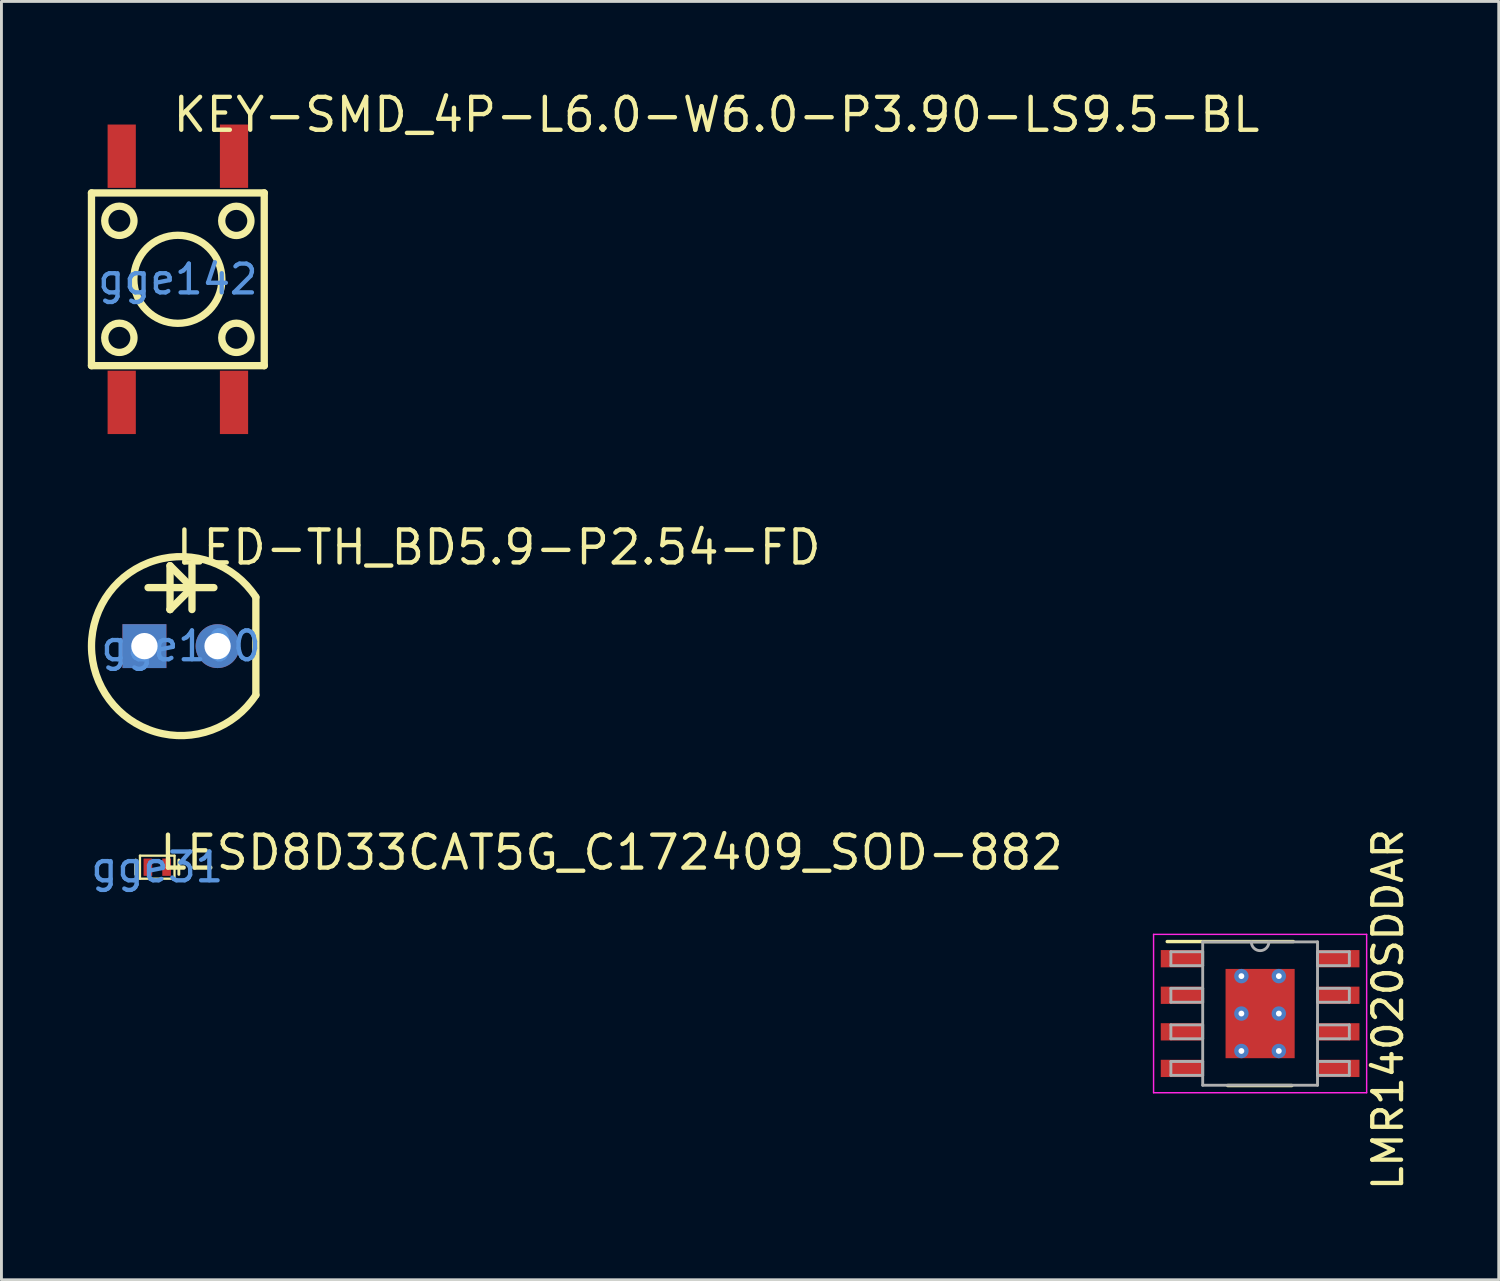
<source format=kicad_pcb>
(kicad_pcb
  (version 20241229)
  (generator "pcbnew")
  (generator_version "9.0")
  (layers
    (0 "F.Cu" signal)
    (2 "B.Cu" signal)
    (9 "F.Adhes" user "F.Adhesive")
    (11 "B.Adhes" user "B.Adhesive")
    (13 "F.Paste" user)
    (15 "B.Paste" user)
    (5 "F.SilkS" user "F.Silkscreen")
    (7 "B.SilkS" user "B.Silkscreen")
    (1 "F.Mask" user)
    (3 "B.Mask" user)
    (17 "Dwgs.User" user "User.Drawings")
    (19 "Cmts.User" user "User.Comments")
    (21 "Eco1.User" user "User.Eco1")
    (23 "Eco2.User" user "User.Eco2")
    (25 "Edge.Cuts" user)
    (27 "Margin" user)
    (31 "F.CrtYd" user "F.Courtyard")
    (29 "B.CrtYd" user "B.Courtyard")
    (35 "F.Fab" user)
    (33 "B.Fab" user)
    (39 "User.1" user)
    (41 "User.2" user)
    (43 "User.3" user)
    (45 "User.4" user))
  (footprint "LED-TH_BD5.9-P2.54-FD"
    (layer "F.Cu")
    (at 3.236 19.39)
    (property "Reference" "LED-TH_BD5.9-P2.54-FD" (at -0.254 -3.429 0) (layer "F.SilkS") (effects (font (size 1.143 1.143) (thickness 0.152)) (justify left)))
    (attr through_hole)
    (fp_line (start -1.143 -2.032) (end 1.143 -2.032) (stroke (width 0.254) (type solid)) (layer "F.SilkS"))
    (fp_line (start -0.381 -2.794) (end -0.381 -1.27) (stroke (width 0.254) (type solid)) (layer "F.SilkS"))
    (fp_line (start -0.381 -1.27) (end -0.379 -1.27) (stroke (width 0.254) (type solid)) (layer "F.SilkS"))
    (fp_line (start -0.379 -1.27) (end 0.383 -2.032) (stroke (width 0.254) (type solid)) (layer "F.SilkS"))
    (fp_line (start 0.381 -2.794) (end 0.381 -1.27) (stroke (width 0.254) (type solid)) (layer "F.SilkS"))
    (fp_line (start 0.381 -2.032) (end -0.381 -2.794) (stroke (width 0.254) (type solid)) (layer "F.SilkS"))
    (fp_line (start 0.387 -2.032) (end 0.381 -2.032) (stroke (width 0.254) (type solid)) (layer "F.SilkS"))
    (fp_line (start 2.6 -1.7) (end 2.6 1.7) (stroke (width 0.254) (type solid)) (layer "F.SilkS"))
    (fp_arc (start 2.601 1.699) (mid -3.108572 0.000493) (end 2.60046 -1.699826) (stroke (width 0.254) (type solid)) (layer "F.SilkS"))
    (fp_text user "gge100" (at 0 0 0) (layer "Cmts.User") (effects (font (size 1 1) (thickness 0.15))))
    (pad "1" thru_hole rect (at -1.27 0) (size 1.524 1.524) (drill 0.914) (layers "*.Cu" "*.Paste" "*.Mask"))
    (pad "2" thru_hole circle (at 1.27 0) (size 1.524 1.524) (drill 0.914) (layers "*.Cu" "*.Paste" "*.Mask")))
  (footprint "KEY-SMD_4P-L6.0-W6.0-P3.90-LS9.5-BL"
    (layer "F.Cu")
    (at 3.127 6.65)
    (property "Reference" "KEY-SMD_4P-L6.0-W6.0-P3.90-LS9.5-BL" (at -0.254 -5.715 0) (layer "F.SilkS") (effects (font (size 1.143 1.143) (thickness 0.152)) (justify left)))
    (attr smd)
    (fp_line (start -3 -3) (end 3 -3) (stroke (width 0.254) (type solid)) (layer "F.SilkS"))
    (fp_line (start -3 3) (end -3 -3) (stroke (width 0.254) (type solid)) (layer "F.SilkS"))
    (fp_line (start 3 -3) (end 3 3) (stroke (width 0.254) (type solid)) (layer "F.SilkS"))
    (fp_line (start 3 3) (end -3 3) (stroke (width 0.254) (type solid)) (layer "F.SilkS"))
    (fp_circle (center -2.032 -2.032) (end -1.524 -2.032) (stroke (width 0.254) (type solid)) (fill no) (layer "F.SilkS"))
    (fp_circle (center -2.032 2.032) (end -1.524 2.032) (stroke (width 0.254) (type solid)) (fill no) (layer "F.SilkS"))
    (fp_circle (center 0 0) (end 1.529 0) (stroke (width 0.254) (type solid)) (fill no) (layer "F.SilkS"))
    (fp_circle (center 2.03 -2.03) (end 2.538 -2.03) (stroke (width 0.254) (type solid)) (fill no) (layer "F.SilkS"))
    (fp_circle (center 2.032 2.032) (end 2.54 2.032) (stroke (width 0.254) (type solid)) (fill no) (layer "F.SilkS"))
    (fp_text user "gge142" (at 0 0 0) (layer "Cmts.User") (effects (font (size 1 1) (thickness 0.15))))
    (pad "1" smd rect (at -1.95 4.275) (size 0.98 2.2) (layers "F.Cu" "F.Mask" "F.Paste"))
    (pad "2" smd rect (at -1.95 -4.275) (size 0.98 2.2) (layers "F.Cu" "F.Mask" "F.Paste"))
    (pad "3" smd rect (at 1.95 4.275) (size 0.98 2.2) (layers "F.Cu" "F.Mask" "F.Paste"))
    (pad "4" smd rect (at 1.95 -4.275) (size 0.98 2.2) (layers "F.Cu" "F.Mask" "F.Paste")))
  (footprint "LMR14020SDDAR"
    (layer "F.Cu")
    (at 40.714 32.151)
    (property "Reference" "LMR14020SDDAR" (at 4.44 -0.14 270) (layer "F.SilkS") (effects (font (size 1 1) (thickness 0.15))))
    (attr through_hole)
    (fp_line (start -3.225 -2.5) (end 1.15 -2.5) (stroke (width 0.12) (type solid)) (layer "F.SilkS"))
    (fp_line (start -1.125 2.5) (end 1.1 2.5) (stroke (width 0.12) (type solid)) (layer "F.SilkS"))
    (fp_line (start -3.7 -2.75) (end 3.7 -2.75) (stroke (width 0.05) (type solid)) (layer "F.CrtYd"))
    (fp_line (start -3.7 2.75) (end -3.7 -2.75) (stroke (width 0.05) (type solid)) (layer "F.CrtYd"))
    (fp_line (start -3.7 2.75) (end 3.7 2.75) (stroke (width 0.05) (type solid)) (layer "F.CrtYd"))
    (fp_line (start 3.7 2.75) (end 3.7 -2.75) (stroke (width 0.05) (type solid)) (layer "F.CrtYd"))
    (fp_line (start -3.099 -2.146) (end -1.994 -2.146) (stroke (width 0.1) (type solid)) (layer "F.Fab"))
    (fp_line (start -3.099 -1.664) (end -3.099 -2.146) (stroke (width 0.1) (type solid)) (layer "F.Fab"))
    (fp_line (start -3.099 -1.664) (end -1.994 -1.664) (stroke (width 0.1) (type solid)) (layer "F.Fab"))
    (fp_line (start -3.099 -0.876) (end -1.994 -0.876) (stroke (width 0.1) (type solid)) (layer "F.Fab"))
    (fp_line (start -3.099 -0.394) (end -3.099 -0.876) (stroke (width 0.1) (type solid)) (layer "F.Fab"))
    (fp_line (start -3.099 -0.394) (end -1.994 -0.394) (stroke (width 0.1) (type solid)) (layer "F.Fab"))
    (fp_line (start -3.099 0.394) (end -1.994 0.394) (stroke (width 0.1) (type solid)) (layer "F.Fab"))
    (fp_line (start -3.099 0.876) (end -3.099 0.394) (stroke (width 0.1) (type solid)) (layer "F.Fab"))
    (fp_line (start -3.099 0.876) (end -1.994 0.876) (stroke (width 0.1) (type solid)) (layer "F.Fab"))
    (fp_line (start -3.099 1.664) (end -1.994 1.664) (stroke (width 0.1) (type solid)) (layer "F.Fab"))
    (fp_line (start -3.099 2.146) (end -3.099 1.664) (stroke (width 0.1) (type solid)) (layer "F.Fab"))
    (fp_line (start -3.099 2.146) (end -1.994 2.146) (stroke (width 0.1) (type solid)) (layer "F.Fab"))
    (fp_line (start -1.994 -2.489) (end 1.994 -2.489) (stroke (width 0.1) (type solid)) (layer "F.Fab"))
    (fp_line (start -1.994 -1.664) (end -1.994 -2.146) (stroke (width 0.1) (type solid)) (layer "F.Fab"))
    (fp_line (start -1.994 -0.394) (end -1.994 -0.876) (stroke (width 0.1) (type solid)) (layer "F.Fab"))
    (fp_line (start -1.994 0.876) (end -1.994 0.394) (stroke (width 0.1) (type solid)) (layer "F.Fab"))
    (fp_line (start -1.994 2.146) (end -1.994 1.664) (stroke (width 0.1) (type solid)) (layer "F.Fab"))
    (fp_line (start -1.994 2.489) (end -1.994 -2.489) (stroke (width 0.1) (type solid)) (layer "F.Fab"))
    (fp_line (start -1.994 2.489) (end 1.994 2.489) (stroke (width 0.1) (type solid)) (layer "F.Fab"))
    (fp_line (start 1.994 -2.146) (end 3.099 -2.146) (stroke (width 0.1) (type solid)) (layer "F.Fab"))
    (fp_line (start 1.994 -1.664) (end 1.994 -2.146) (stroke (width 0.1) (type solid)) (layer "F.Fab"))
    (fp_line (start 1.994 -1.664) (end 3.099 -1.664) (stroke (width 0.1) (type solid)) (layer "F.Fab"))
    (fp_line (start 1.994 -0.876) (end 3.099 -0.876) (stroke (width 0.1) (type solid)) (layer "F.Fab"))
    (fp_line (start 1.994 -0.394) (end 1.994 -0.876) (stroke (width 0.1) (type solid)) (layer "F.Fab"))
    (fp_line (start 1.994 -0.394) (end 3.099 -0.394) (stroke (width 0.1) (type solid)) (layer "F.Fab"))
    (fp_line (start 1.994 0.394) (end 3.099 0.394) (stroke (width 0.1) (type solid)) (layer "F.Fab"))
    (fp_line (start 1.994 0.876) (end 1.994 0.394) (stroke (width 0.1) (type solid)) (layer "F.Fab"))
    (fp_line (start 1.994 0.876) (end 3.099 0.876) (stroke (width 0.1) (type solid)) (layer "F.Fab"))
    (fp_line (start 1.994 1.664) (end 3.099 1.664) (stroke (width 0.1) (type solid)) (layer "F.Fab"))
    (fp_line (start 1.994 2.146) (end 1.994 1.664) (stroke (width 0.1) (type solid)) (layer "F.Fab"))
    (fp_line (start 1.994 2.146) (end 3.099 2.146) (stroke (width 0.1) (type solid)) (layer "F.Fab"))
    (fp_line (start 1.994 2.489) (end 1.994 -2.489) (stroke (width 0.1) (type solid)) (layer "F.Fab"))
    (fp_line (start 3.099 -1.664) (end 3.099 -2.146) (stroke (width 0.1) (type solid)) (layer "F.Fab"))
    (fp_line (start 3.099 -0.394) (end 3.099 -0.876) (stroke (width 0.1) (type solid)) (layer "F.Fab"))
    (fp_line (start 3.099 0.876) (end 3.099 0.394) (stroke (width 0.1) (type solid)) (layer "F.Fab"))
    (fp_line (start 3.099 2.146) (end 3.099 1.664) (stroke (width 0.1) (type solid)) (layer "F.Fab"))
    (fp_arc (start 0.3048 -2.4892) (mid 0 -2.1844) (end -0.3048 -2.4892) (stroke (width 0.1) (type solid)) (layer "F.Fab"))
    (pad "1" smd rect (at -2.725 -1.905 90) (size 0.6 1.45) (layers "F.Cu" "F.Mask" "F.Paste"))
    (pad "2" smd rect (at -2.725 -0.635 90) (size 0.6 1.45) (layers "F.Cu" "F.Mask" "F.Paste"))
    (pad "3" smd rect (at -2.725 0.635 90) (size 0.6 1.45) (layers "F.Cu" "F.Mask" "F.Paste"))
    (pad "4" smd rect (at -2.725 1.905 90) (size 0.6 1.45) (layers "F.Cu" "F.Mask" "F.Paste"))
    (pad "5" smd rect (at 2.725 1.905 90) (size 0.6 1.45) (layers "F.Cu" "F.Mask" "F.Paste"))
    (pad "6" smd rect (at 2.725 0.635 90) (size 0.6 1.45) (layers "F.Cu" "F.Mask" "F.Paste"))
    (pad "7" smd rect (at 2.725 -0.635 90) (size 0.6 1.45) (layers "F.Cu" "F.Mask" "F.Paste"))
    (pad "8" smd rect (at 2.725 -1.905 90) (size 0.6 1.45) (layers "F.Cu" "F.Mask" "F.Paste"))
    (pad "9" thru_hole circle (at -0.65 -1.3) (size 0.5 0.5) (drill 0.203) (layers "*.Cu" "*.Mask"))
    (pad "9" thru_hole circle (at -0.65 0) (size 0.5 0.5) (drill 0.203) (layers "*.Cu" "*.Mask"))
    (pad "9" thru_hole circle (at -0.65 1.3) (size 0.5 0.5) (drill 0.203) (layers "*.Cu" "*.Mask"))
    (pad "9" smd rect (at 0 0) (size 2.4 3.1) (layers "F.Cu" "F.Mask" "F.Paste"))
    (pad "9" thru_hole circle (at 0.65 -1.3) (size 0.5 0.5) (drill 0.203) (layers "*.Cu" "*.Mask"))
    (pad "9" thru_hole circle (at 0.65 0) (size 0.5 0.5) (drill 0.203) (layers "*.Cu" "*.Mask"))
    (pad "9" thru_hole circle (at 0.65 1.3) (size 0.5 0.5) (drill 0.203) (layers "*.Cu" "*.Mask")))
  (footprint "LESD8D33CAT5G_C172409_SOD-882"
    (layer "F.Cu")
    (at 2.411 27.068)
    (property "Reference" "LESD8D33CAT5G_C172409_SOD-882" (at 0 -0.508 0) (layer "F.SilkS") (effects (font (size 1.143 1.143) (thickness 0.152)) (justify left)))
    (attr smd)
    (fp_line (start -0.75 0.25) (end -0.75 -0.25) (stroke (width 0.1) (type solid)) (layer "F.SilkS"))
    (fp_line (start -0.6 -0.4) (end 0.6 -0.4) (stroke (width 0.08) (type solid)) (layer "F.SilkS"))
    (fp_line (start -0.6 0.4) (end -0.6 -0.4) (stroke (width 0.08) (type solid)) (layer "F.SilkS"))
    (fp_line (start 0.6 -0.4) (end 0.6 0.4) (stroke (width 0.08) (type solid)) (layer "F.SilkS"))
    (fp_line (start 0.6 0.4) (end -0.6 0.4) (stroke (width 0.08) (type solid)) (layer "F.SilkS"))
    (fp_line (start 0.75 -0.25) (end 0.75 0.25) (stroke (width 0.1) (type solid)) (layer "F.SilkS"))
    (fp_text user "gge31" (at 0 0 0) (layer "Cmts.User") (effects (font (size 1 1) (thickness 0.15))))
    (pad "1" smd rect (at -0.325 0) (size 0.3 0.6) (layers "F.Cu" "F.Mask" "F.Paste"))
    (pad "2" smd rect (at 0.325 0) (size 0.3 0.6) (layers "F.Cu" "F.Mask" "F.Paste")))
  (gr_rect
    (start -3 -3)
    (end 49.002 41.398)
    (stroke (width 0.1) (type default))
    (fill no)
    (layer "Edge.Cuts")))
</source>
